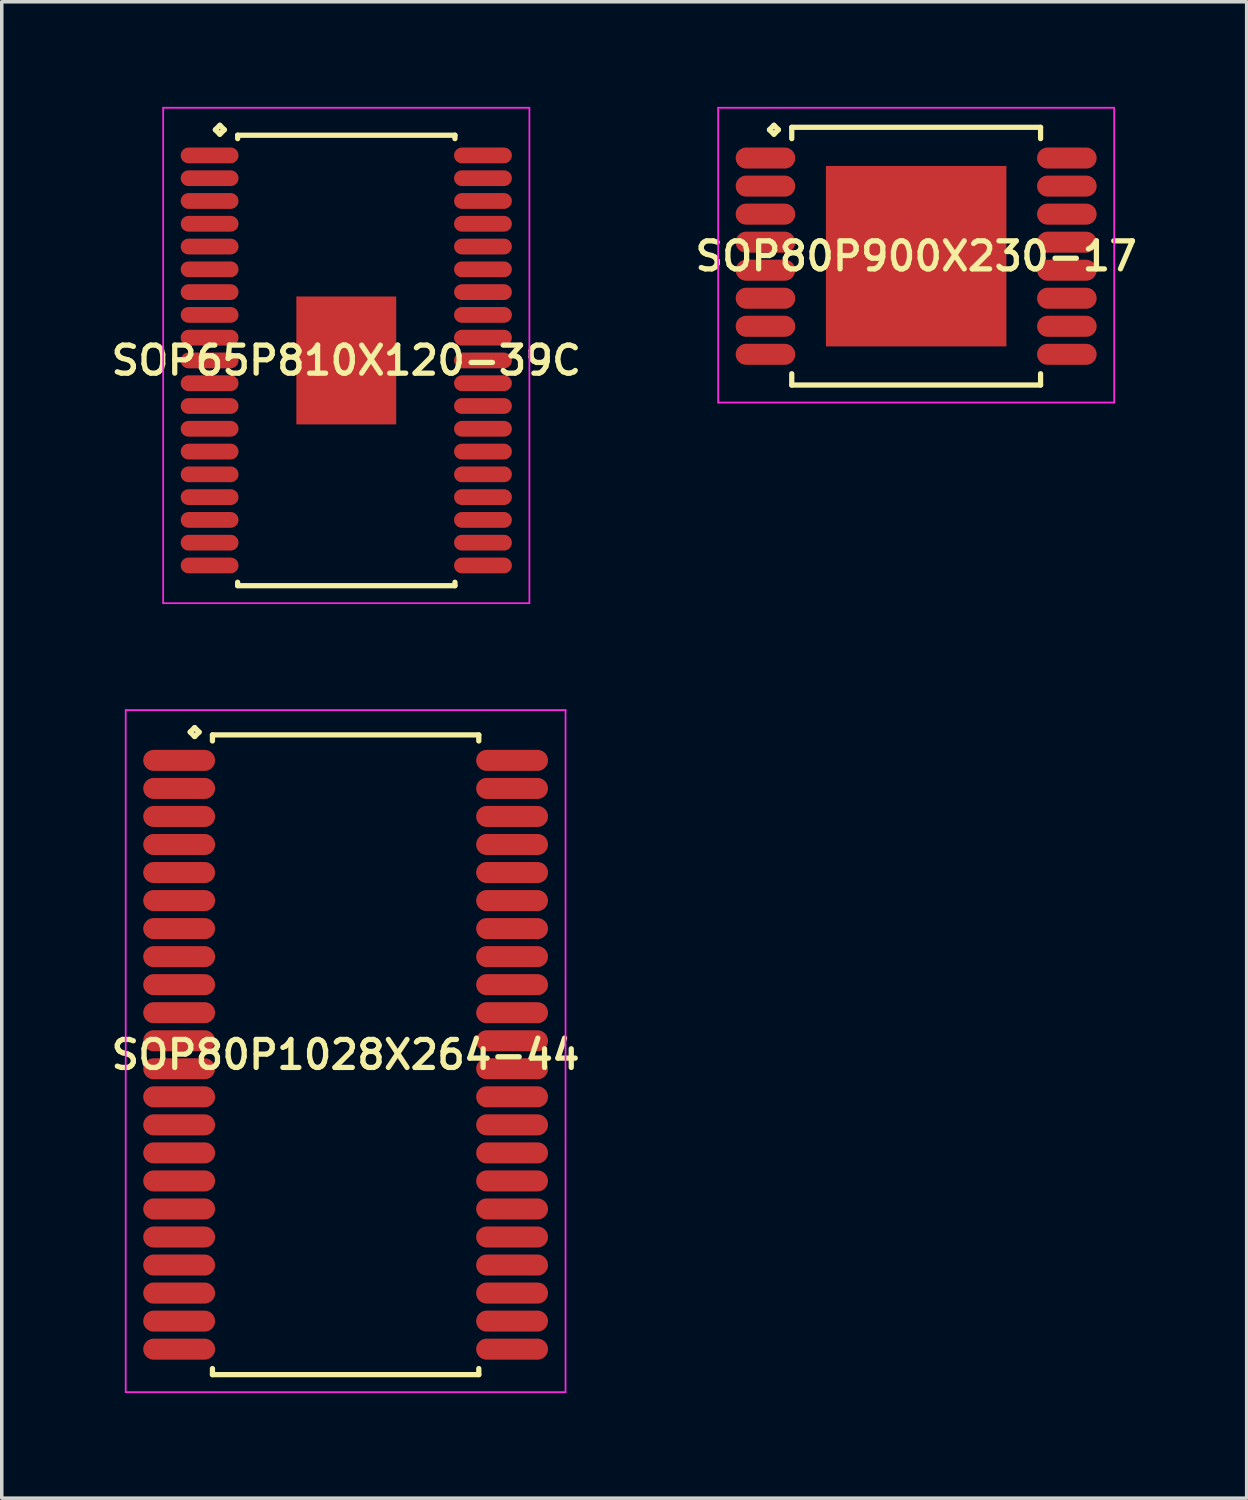
<source format=kicad_pcb>
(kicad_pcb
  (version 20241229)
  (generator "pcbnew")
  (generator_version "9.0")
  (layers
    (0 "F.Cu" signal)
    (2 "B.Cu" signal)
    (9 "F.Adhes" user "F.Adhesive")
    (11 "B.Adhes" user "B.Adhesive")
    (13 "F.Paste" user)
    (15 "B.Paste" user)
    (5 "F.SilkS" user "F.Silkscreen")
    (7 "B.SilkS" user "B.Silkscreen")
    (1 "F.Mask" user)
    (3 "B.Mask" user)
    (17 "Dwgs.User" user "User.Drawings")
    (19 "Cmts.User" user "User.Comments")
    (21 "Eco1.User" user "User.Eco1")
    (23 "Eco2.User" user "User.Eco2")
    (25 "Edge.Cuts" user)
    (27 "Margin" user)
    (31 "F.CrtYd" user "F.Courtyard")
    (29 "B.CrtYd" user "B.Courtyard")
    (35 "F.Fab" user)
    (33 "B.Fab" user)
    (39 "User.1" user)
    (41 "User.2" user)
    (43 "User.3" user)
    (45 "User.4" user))
  (footprint "SOP80P900X230-17"
    (layer "F.Cu")
    (at 23.092 4.26)
    (property "Reference" "SOP80P900X230-17" (at 0 0 0) (layer "F.SilkS") (effects (font (size 0.8 0.8) (thickness 0.15))))
    (attr smd)
    (fp_line (start -4.185 -3.608) (end -4.058 -3.735) (stroke (width 0.15) (type solid)) (layer "F.SilkS"))
    (fp_line (start -4.058 -3.735) (end -3.931 -3.608) (stroke (width 0.15) (type solid)) (layer "F.SilkS"))
    (fp_line (start -4.058 -3.481) (end -4.185 -3.608) (stroke (width 0.15) (type solid)) (layer "F.SilkS"))
    (fp_line (start -3.931 -3.608) (end -4.058 -3.481) (stroke (width 0.15) (type solid)) (layer "F.SilkS"))
    (fp_line (start -3.55 -3.677) (end 3.55 -3.677) (stroke (width 0.15) (type solid)) (layer "F.SilkS"))
    (fp_line (start -3.55 -3.354) (end -3.55 -3.677) (stroke (width 0.15) (type solid)) (layer "F.SilkS"))
    (fp_line (start -3.55 3.354) (end -3.55 3.677) (stroke (width 0.15) (type solid)) (layer "F.SilkS"))
    (fp_line (start -3.55 3.677) (end 3.55 3.677) (stroke (width 0.15) (type solid)) (layer "F.SilkS"))
    (fp_line (start 3.55 -3.677) (end 3.55 -3.354) (stroke (width 0.15) (type solid)) (layer "F.SilkS"))
    (fp_line (start 3.55 3.677) (end 3.55 3.354) (stroke (width 0.15) (type solid)) (layer "F.SilkS"))
    (fp_line (start -5.65 -4.235) (end 5.65 -4.235) (stroke (width 0.05) (type solid)) (layer "F.CrtYd"))
    (fp_line (start -5.65 4.177) (end -5.65 -4.235) (stroke (width 0.05) (type solid)) (layer "F.CrtYd"))
    (fp_line (start 5.65 -4.235) (end 5.65 4.177) (stroke (width 0.05) (type solid)) (layer "F.CrtYd"))
    (fp_line (start 5.65 4.177) (end -5.65 4.177) (stroke (width 0.05) (type solid)) (layer "F.CrtYd"))
    (pad "1" smd oval (at -4.3 -2.8) (size 1.7 0.6) (layers "F.Cu" "F.Mask" "F.Paste"))
    (pad "2" smd oval (at -4.3 -2) (size 1.7 0.6) (layers "F.Cu" "F.Mask" "F.Paste"))
    (pad "3" smd oval (at -4.3 -1.2) (size 1.7 0.6) (layers "F.Cu" "F.Mask" "F.Paste"))
    (pad "4" smd oval (at -4.3 -0.4) (size 1.7 0.6) (layers "F.Cu" "F.Mask" "F.Paste"))
    (pad "5" smd oval (at -4.3 0.4) (size 1.7 0.6) (layers "F.Cu" "F.Mask" "F.Paste"))
    (pad "6" smd oval (at -4.3 1.2) (size 1.7 0.6) (layers "F.Cu" "F.Mask" "F.Paste"))
    (pad "7" smd oval (at -4.3 2) (size 1.7 0.6) (layers "F.Cu" "F.Mask" "F.Paste"))
    (pad "8" smd oval (at -4.3 2.8) (size 1.7 0.6) (layers "F.Cu" "F.Mask" "F.Paste"))
    (pad "9" smd oval (at 4.3 2.8) (size 1.7 0.6) (layers "F.Cu" "F.Mask" "F.Paste"))
    (pad "10" smd oval (at 4.3 2) (size 1.7 0.6) (layers "F.Cu" "F.Mask" "F.Paste"))
    (pad "11" smd oval (at 4.3 1.2) (size 1.7 0.6) (layers "F.Cu" "F.Mask" "F.Paste"))
    (pad "12" smd oval (at 4.3 0.4) (size 1.7 0.6) (layers "F.Cu" "F.Mask" "F.Paste"))
    (pad "13" smd oval (at 4.3 -0.4) (size 1.7 0.6) (layers "F.Cu" "F.Mask" "F.Paste"))
    (pad "14" smd oval (at 4.3 -1.2) (size 1.7 0.6) (layers "F.Cu" "F.Mask" "F.Paste"))
    (pad "15" smd oval (at 4.3 -2) (size 1.7 0.6) (layers "F.Cu" "F.Mask" "F.Paste"))
    (pad "16" smd oval (at 4.3 -2.8) (size 1.7 0.6) (layers "F.Cu" "F.Mask" "F.Paste"))
    (pad "17" smd rect (at 0 0) (size 5.15 5.15) (layers "F.Cu" "F.Mask" "F.Paste")))
  (footprint "SOP65P810X120-39C"
    (layer "F.Cu")
    (at 6.831 7.235)
    (property "Reference" "SOP65P810X120-39C" (at 0 0 0) (layer "F.SilkS") (effects (font (size 0.8 0.8) (thickness 0.15))))
    (attr smd)
    (fp_line (start -3.735 -6.583) (end -3.608 -6.71) (stroke (width 0.15) (type solid)) (layer "F.SilkS"))
    (fp_line (start -3.608 -6.71) (end -3.481 -6.583) (stroke (width 0.15) (type solid)) (layer "F.SilkS"))
    (fp_line (start -3.608 -6.456) (end -3.735 -6.583) (stroke (width 0.15) (type solid)) (layer "F.SilkS"))
    (fp_line (start -3.481 -6.583) (end -3.608 -6.456) (stroke (width 0.15) (type solid)) (layer "F.SilkS"))
    (fp_line (start -3.1 -6.427) (end 3.1 -6.427) (stroke (width 0.15) (type solid)) (layer "F.SilkS"))
    (fp_line (start -3.1 -6.329) (end -3.1 -6.427) (stroke (width 0.15) (type solid)) (layer "F.SilkS"))
    (fp_line (start -3.1 6.329) (end -3.1 6.427) (stroke (width 0.15) (type solid)) (layer "F.SilkS"))
    (fp_line (start -3.1 6.427) (end 3.1 6.427) (stroke (width 0.15) (type solid)) (layer "F.SilkS"))
    (fp_line (start 3.1 -6.427) (end 3.1 -6.329) (stroke (width 0.15) (type solid)) (layer "F.SilkS"))
    (fp_line (start 3.1 6.427) (end 3.1 6.329) (stroke (width 0.15) (type solid)) (layer "F.SilkS"))
    (fp_line (start -5.225 -7.21) (end 5.225 -7.21) (stroke (width 0.05) (type solid)) (layer "F.CrtYd"))
    (fp_line (start -5.225 6.927) (end -5.225 -7.21) (stroke (width 0.05) (type solid)) (layer "F.CrtYd"))
    (fp_line (start 5.225 -7.21) (end 5.225 6.927) (stroke (width 0.05) (type solid)) (layer "F.CrtYd"))
    (fp_line (start 5.225 6.927) (end -5.225 6.927) (stroke (width 0.05) (type solid)) (layer "F.CrtYd"))
    (pad "1" smd oval (at -3.9 -5.85) (size 1.65 0.45) (layers "F.Cu" "F.Mask" "F.Paste"))
    (pad "2" smd oval (at -3.9 -5.2) (size 1.65 0.45) (layers "F.Cu" "F.Mask" "F.Paste"))
    (pad "3" smd oval (at -3.9 -4.55) (size 1.65 0.45) (layers "F.Cu" "F.Mask" "F.Paste"))
    (pad "4" smd oval (at -3.9 -3.9) (size 1.65 0.45) (layers "F.Cu" "F.Mask" "F.Paste"))
    (pad "5" smd oval (at -3.9 -3.25) (size 1.65 0.45) (layers "F.Cu" "F.Mask" "F.Paste"))
    (pad "6" smd oval (at -3.9 -2.6) (size 1.65 0.45) (layers "F.Cu" "F.Mask" "F.Paste"))
    (pad "7" smd oval (at -3.9 -1.95) (size 1.65 0.45) (layers "F.Cu" "F.Mask" "F.Paste"))
    (pad "8" smd oval (at -3.9 -1.3) (size 1.65 0.45) (layers "F.Cu" "F.Mask" "F.Paste"))
    (pad "9" smd oval (at -3.9 -0.65) (size 1.65 0.45) (layers "F.Cu" "F.Mask" "F.Paste"))
    (pad "10" smd oval (at -3.9 0) (size 1.65 0.45) (layers "F.Cu" "F.Mask" "F.Paste"))
    (pad "11" smd oval (at -3.9 0.65) (size 1.65 0.45) (layers "F.Cu" "F.Mask" "F.Paste"))
    (pad "12" smd oval (at -3.9 1.3) (size 1.65 0.45) (layers "F.Cu" "F.Mask" "F.Paste"))
    (pad "13" smd oval (at -3.9 1.95) (size 1.65 0.45) (layers "F.Cu" "F.Mask" "F.Paste"))
    (pad "14" smd oval (at -3.9 2.6) (size 1.65 0.45) (layers "F.Cu" "F.Mask" "F.Paste"))
    (pad "15" smd oval (at -3.9 3.25) (size 1.65 0.45) (layers "F.Cu" "F.Mask" "F.Paste"))
    (pad "16" smd oval (at -3.9 3.9) (size 1.65 0.45) (layers "F.Cu" "F.Mask" "F.Paste"))
    (pad "17" smd oval (at -3.9 4.55) (size 1.65 0.45) (layers "F.Cu" "F.Mask" "F.Paste"))
    (pad "18" smd oval (at -3.9 5.2) (size 1.65 0.45) (layers "F.Cu" "F.Mask" "F.Paste"))
    (pad "19" smd oval (at -3.9 5.85) (size 1.65 0.45) (layers "F.Cu" "F.Mask" "F.Paste"))
    (pad "20" smd oval (at 3.9 5.85) (size 1.65 0.45) (layers "F.Cu" "F.Mask" "F.Paste"))
    (pad "21" smd oval (at 3.9 5.2) (size 1.65 0.45) (layers "F.Cu" "F.Mask" "F.Paste"))
    (pad "22" smd oval (at 3.9 4.55) (size 1.65 0.45) (layers "F.Cu" "F.Mask" "F.Paste"))
    (pad "23" smd oval (at 3.9 3.9) (size 1.65 0.45) (layers "F.Cu" "F.Mask" "F.Paste"))
    (pad "24" smd oval (at 3.9 3.25) (size 1.65 0.45) (layers "F.Cu" "F.Mask" "F.Paste"))
    (pad "25" smd oval (at 3.9 2.6) (size 1.65 0.45) (layers "F.Cu" "F.Mask" "F.Paste"))
    (pad "26" smd oval (at 3.9 1.95) (size 1.65 0.45) (layers "F.Cu" "F.Mask" "F.Paste"))
    (pad "27" smd oval (at 3.9 1.3) (size 1.65 0.45) (layers "F.Cu" "F.Mask" "F.Paste"))
    (pad "28" smd oval (at 3.9 0.65) (size 1.65 0.45) (layers "F.Cu" "F.Mask" "F.Paste"))
    (pad "29" smd oval (at 3.9 0) (size 1.65 0.45) (layers "F.Cu" "F.Mask" "F.Paste"))
    (pad "30" smd oval (at 3.9 -0.65) (size 1.65 0.45) (layers "F.Cu" "F.Mask" "F.Paste"))
    (pad "31" smd oval (at 3.9 -1.3) (size 1.65 0.45) (layers "F.Cu" "F.Mask" "F.Paste"))
    (pad "32" smd oval (at 3.9 -1.95) (size 1.65 0.45) (layers "F.Cu" "F.Mask" "F.Paste"))
    (pad "33" smd oval (at 3.9 -2.6) (size 1.65 0.45) (layers "F.Cu" "F.Mask" "F.Paste"))
    (pad "34" smd oval (at 3.9 -3.25) (size 1.65 0.45) (layers "F.Cu" "F.Mask" "F.Paste"))
    (pad "35" smd oval (at 3.9 -3.9) (size 1.65 0.45) (layers "F.Cu" "F.Mask" "F.Paste"))
    (pad "36" smd oval (at 3.9 -4.55) (size 1.65 0.45) (layers "F.Cu" "F.Mask" "F.Paste"))
    (pad "37" smd oval (at 3.9 -5.2) (size 1.65 0.45) (layers "F.Cu" "F.Mask" "F.Paste"))
    (pad "38" smd oval (at 3.9 -5.85) (size 1.65 0.45) (layers "F.Cu" "F.Mask" "F.Paste"))
    (pad "39" smd rect (at 0 0) (size 2.85 3.65) (layers "F.Cu" "F.Mask" "F.Paste")))
  (footprint "SOP80P1028X264-44"
    (layer "F.Cu")
    (at 6.812 27.047)
    (property "Reference" "SOP80P1028X264-44" (at 0 0 0) (layer "F.SilkS") (effects (font (size 0.8 0.8) (thickness 0.15))))
    (attr smd)
    (fp_line (start -4.435 -9.208) (end -4.308 -9.335) (stroke (width 0.15) (type solid)) (layer "F.SilkS"))
    (fp_line (start -4.308 -9.335) (end -4.181 -9.208) (stroke (width 0.15) (type solid)) (layer "F.SilkS"))
    (fp_line (start -4.308 -9.081) (end -4.435 -9.208) (stroke (width 0.15) (type solid)) (layer "F.SilkS"))
    (fp_line (start -4.181 -9.208) (end -4.308 -9.081) (stroke (width 0.15) (type solid)) (layer "F.SilkS"))
    (fp_line (start -3.8 -9.127) (end 3.8 -9.127) (stroke (width 0.15) (type solid)) (layer "F.SilkS"))
    (fp_line (start -3.8 -8.954) (end -3.8 -9.127) (stroke (width 0.15) (type solid)) (layer "F.SilkS"))
    (fp_line (start -3.8 8.954) (end -3.8 9.127) (stroke (width 0.15) (type solid)) (layer "F.SilkS"))
    (fp_line (start -3.8 9.127) (end 3.8 9.127) (stroke (width 0.15) (type solid)) (layer "F.SilkS"))
    (fp_line (start 3.8 -9.127) (end 3.8 -8.954) (stroke (width 0.15) (type solid)) (layer "F.SilkS"))
    (fp_line (start 3.8 9.127) (end 3.8 8.954) (stroke (width 0.15) (type solid)) (layer "F.SilkS"))
    (fp_line (start -6.275 -9.835) (end 6.275 -9.835) (stroke (width 0.05) (type solid)) (layer "F.CrtYd"))
    (fp_line (start -6.275 9.627) (end -6.275 -9.835) (stroke (width 0.05) (type solid)) (layer "F.CrtYd"))
    (fp_line (start 6.275 -9.835) (end 6.275 9.627) (stroke (width 0.05) (type solid)) (layer "F.CrtYd"))
    (fp_line (start 6.275 9.627) (end -6.275 9.627) (stroke (width 0.05) (type solid)) (layer "F.CrtYd"))
    (pad "1" smd oval (at -4.75 -8.4) (size 2.05 0.6) (layers "F.Cu" "F.Mask" "F.Paste"))
    (pad "2" smd oval (at -4.75 -7.6) (size 2.05 0.6) (layers "F.Cu" "F.Mask" "F.Paste"))
    (pad "3" smd oval (at -4.75 -6.8) (size 2.05 0.6) (layers "F.Cu" "F.Mask" "F.Paste"))
    (pad "4" smd oval (at -4.75 -6) (size 2.05 0.6) (layers "F.Cu" "F.Mask" "F.Paste"))
    (pad "5" smd oval (at -4.75 -5.2) (size 2.05 0.6) (layers "F.Cu" "F.Mask" "F.Paste"))
    (pad "6" smd oval (at -4.75 -4.4) (size 2.05 0.6) (layers "F.Cu" "F.Mask" "F.Paste"))
    (pad "7" smd oval (at -4.75 -3.6) (size 2.05 0.6) (layers "F.Cu" "F.Mask" "F.Paste"))
    (pad "8" smd oval (at -4.75 -2.8) (size 2.05 0.6) (layers "F.Cu" "F.Mask" "F.Paste"))
    (pad "9" smd oval (at -4.75 -2) (size 2.05 0.6) (layers "F.Cu" "F.Mask" "F.Paste"))
    (pad "10" smd oval (at -4.75 -1.2) (size 2.05 0.6) (layers "F.Cu" "F.Mask" "F.Paste"))
    (pad "11" smd oval (at -4.75 -0.4) (size 2.05 0.6) (layers "F.Cu" "F.Mask" "F.Paste"))
    (pad "12" smd oval (at -4.75 0.4) (size 2.05 0.6) (layers "F.Cu" "F.Mask" "F.Paste"))
    (pad "13" smd oval (at -4.75 1.2) (size 2.05 0.6) (layers "F.Cu" "F.Mask" "F.Paste"))
    (pad "14" smd oval (at -4.75 2) (size 2.05 0.6) (layers "F.Cu" "F.Mask" "F.Paste"))
    (pad "15" smd oval (at -4.75 2.8) (size 2.05 0.6) (layers "F.Cu" "F.Mask" "F.Paste"))
    (pad "16" smd oval (at -4.75 3.6) (size 2.05 0.6) (layers "F.Cu" "F.Mask" "F.Paste"))
    (pad "17" smd oval (at -4.75 4.4) (size 2.05 0.6) (layers "F.Cu" "F.Mask" "F.Paste"))
    (pad "18" smd oval (at -4.75 5.2) (size 2.05 0.6) (layers "F.Cu" "F.Mask" "F.Paste"))
    (pad "19" smd oval (at -4.75 6) (size 2.05 0.6) (layers "F.Cu" "F.Mask" "F.Paste"))
    (pad "20" smd oval (at -4.75 6.8) (size 2.05 0.6) (layers "F.Cu" "F.Mask" "F.Paste"))
    (pad "21" smd oval (at -4.75 7.6) (size 2.05 0.6) (layers "F.Cu" "F.Mask" "F.Paste"))
    (pad "22" smd oval (at -4.75 8.4) (size 2.05 0.6) (layers "F.Cu" "F.Mask" "F.Paste"))
    (pad "23" smd oval (at 4.75 8.4) (size 2.05 0.6) (layers "F.Cu" "F.Mask" "F.Paste"))
    (pad "24" smd oval (at 4.75 7.6) (size 2.05 0.6) (layers "F.Cu" "F.Mask" "F.Paste"))
    (pad "25" smd oval (at 4.75 6.8) (size 2.05 0.6) (layers "F.Cu" "F.Mask" "F.Paste"))
    (pad "26" smd oval (at 4.75 6) (size 2.05 0.6) (layers "F.Cu" "F.Mask" "F.Paste"))
    (pad "27" smd oval (at 4.75 5.2) (size 2.05 0.6) (layers "F.Cu" "F.Mask" "F.Paste"))
    (pad "28" smd oval (at 4.75 4.4) (size 2.05 0.6) (layers "F.Cu" "F.Mask" "F.Paste"))
    (pad "29" smd oval (at 4.75 3.6) (size 2.05 0.6) (layers "F.Cu" "F.Mask" "F.Paste"))
    (pad "30" smd oval (at 4.75 2.8) (size 2.05 0.6) (layers "F.Cu" "F.Mask" "F.Paste"))
    (pad "31" smd oval (at 4.75 2) (size 2.05 0.6) (layers "F.Cu" "F.Mask" "F.Paste"))
    (pad "32" smd oval (at 4.75 1.2) (size 2.05 0.6) (layers "F.Cu" "F.Mask" "F.Paste"))
    (pad "33" smd oval (at 4.75 0.4) (size 2.05 0.6) (layers "F.Cu" "F.Mask" "F.Paste"))
    (pad "34" smd oval (at 4.75 -0.4) (size 2.05 0.6) (layers "F.Cu" "F.Mask" "F.Paste"))
    (pad "35" smd oval (at 4.75 -1.2) (size 2.05 0.6) (layers "F.Cu" "F.Mask" "F.Paste"))
    (pad "36" smd oval (at 4.75 -2) (size 2.05 0.6) (layers "F.Cu" "F.Mask" "F.Paste"))
    (pad "37" smd oval (at 4.75 -2.8) (size 2.05 0.6) (layers "F.Cu" "F.Mask" "F.Paste"))
    (pad "38" smd oval (at 4.75 -3.6) (size 2.05 0.6) (layers "F.Cu" "F.Mask" "F.Paste"))
    (pad "39" smd oval (at 4.75 -4.4) (size 2.05 0.6) (layers "F.Cu" "F.Mask" "F.Paste"))
    (pad "40" smd oval (at 4.75 -5.2) (size 2.05 0.6) (layers "F.Cu" "F.Mask" "F.Paste"))
    (pad "41" smd oval (at 4.75 -6) (size 2.05 0.6) (layers "F.Cu" "F.Mask" "F.Paste"))
    (pad "42" smd oval (at 4.75 -6.8) (size 2.05 0.6) (layers "F.Cu" "F.Mask" "F.Paste"))
    (pad "43" smd oval (at 4.75 -7.6) (size 2.05 0.6) (layers "F.Cu" "F.Mask" "F.Paste"))
    (pad "44" smd oval (at 4.75 -8.4) (size 2.05 0.6) (layers "F.Cu" "F.Mask" "F.Paste")))
  (gr_rect
    (start -3 -3)
    (end 32.523 39.699)
    (stroke (width 0.1) (type default))
    (fill no)
    (layer "Edge.Cuts")))
</source>
